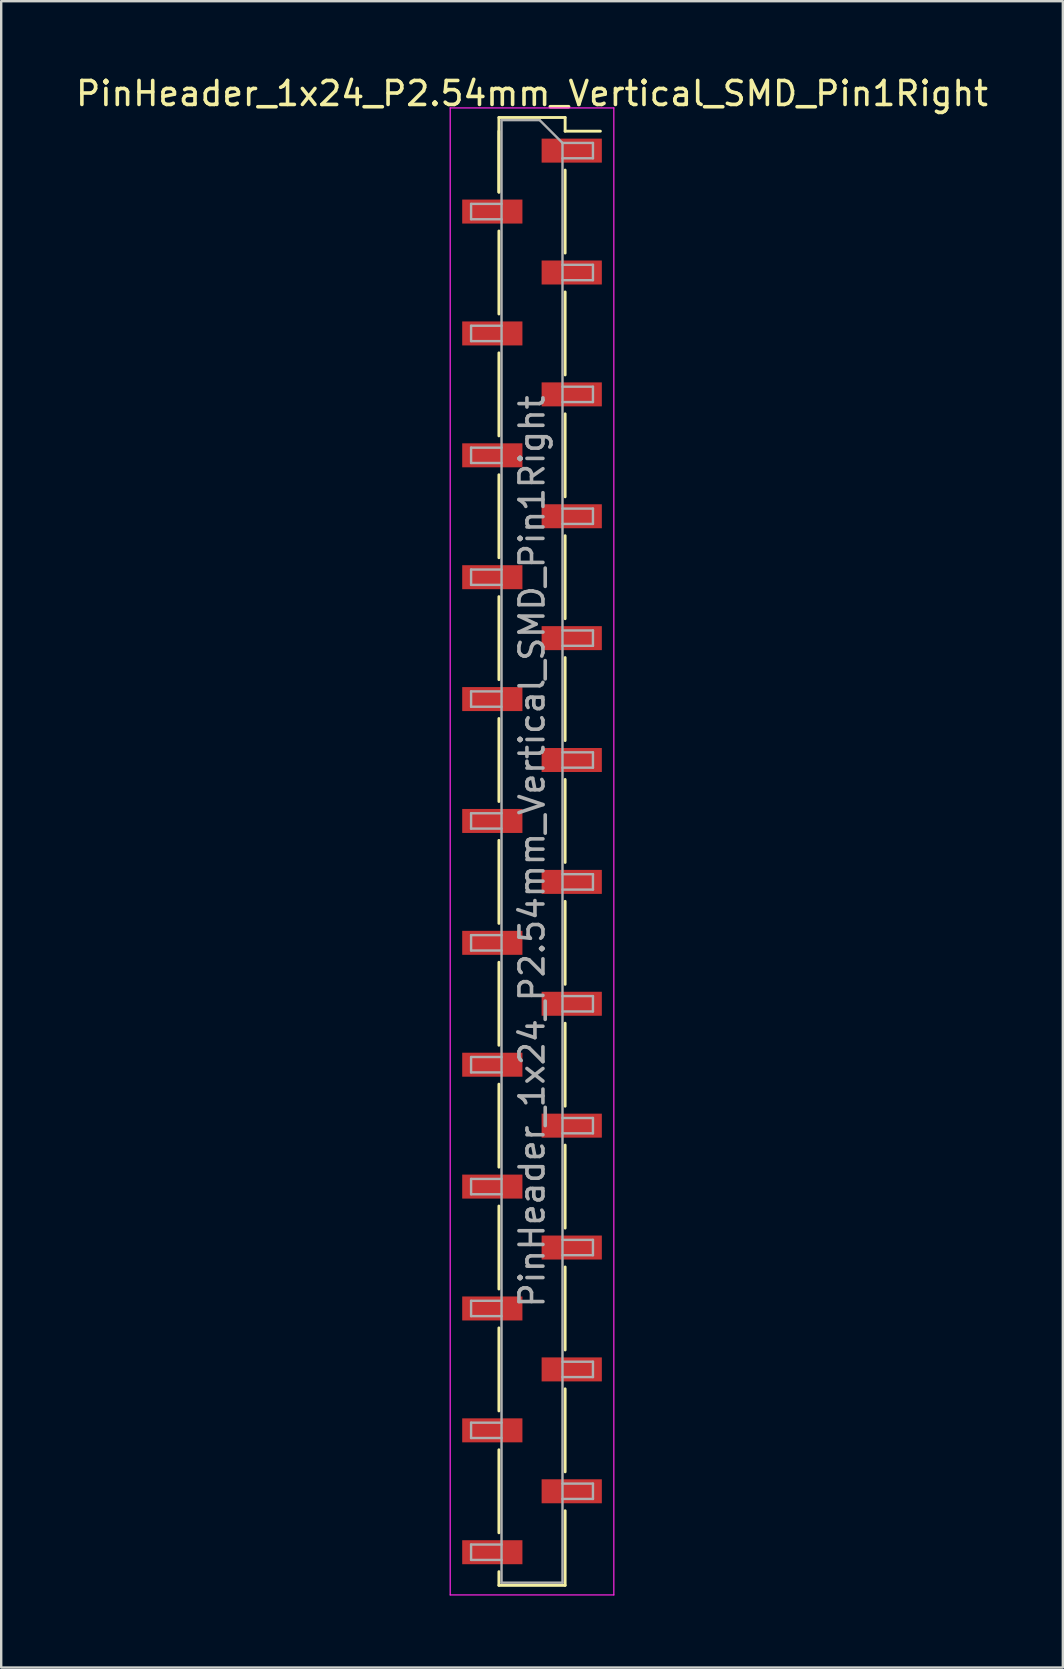
<source format=kicad_pcb>
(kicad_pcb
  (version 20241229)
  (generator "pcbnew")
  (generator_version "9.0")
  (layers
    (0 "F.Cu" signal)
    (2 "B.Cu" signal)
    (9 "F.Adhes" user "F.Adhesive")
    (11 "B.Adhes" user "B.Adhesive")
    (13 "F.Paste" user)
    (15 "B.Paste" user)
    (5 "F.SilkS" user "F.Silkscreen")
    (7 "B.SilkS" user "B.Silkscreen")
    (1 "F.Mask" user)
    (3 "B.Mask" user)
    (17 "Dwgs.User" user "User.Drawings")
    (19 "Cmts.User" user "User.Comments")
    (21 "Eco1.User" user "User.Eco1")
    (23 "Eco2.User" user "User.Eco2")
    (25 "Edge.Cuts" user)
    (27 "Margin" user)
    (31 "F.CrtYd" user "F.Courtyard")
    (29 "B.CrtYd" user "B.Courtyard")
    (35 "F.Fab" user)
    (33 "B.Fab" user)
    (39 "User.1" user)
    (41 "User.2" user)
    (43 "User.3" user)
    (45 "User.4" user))
  (footprint "PinHeader_1x24_P2.54mm_Vertical_SMD_Pin1Right"
    (layer "F.Cu")
    (at 19.125 32.438)
    (property "Reference" "PinHeader_1x24_P2.54mm_Vertical_SMD_Pin1Right" (at 0 -31.59 0) (layer "F.SilkS") (effects (font (size 1 1) (thickness 0.15))))
    (attr smd)
    (fp_line (start -1.38 -30.59) (end -1.38 -27.48) (stroke (width 0.12) (type solid)) (layer "F.SilkS"))
    (fp_line (start -1.38 -30.59) (end 1.38 -30.59) (stroke (width 0.12) (type solid)) (layer "F.SilkS"))
    (fp_line (start -1.38 -30.02) (end -1.38 -27.48) (stroke (width 0.12) (type solid)) (layer "F.SilkS"))
    (fp_line (start -1.38 -25.86) (end -1.38 -22.4) (stroke (width 0.12) (type solid)) (layer "F.SilkS"))
    (fp_line (start -1.38 -20.78) (end -1.38 -17.32) (stroke (width 0.12) (type solid)) (layer "F.SilkS"))
    (fp_line (start -1.38 -15.7) (end -1.38 -12.24) (stroke (width 0.12) (type solid)) (layer "F.SilkS"))
    (fp_line (start -1.38 -10.62) (end -1.38 -7.16) (stroke (width 0.12) (type solid)) (layer "F.SilkS"))
    (fp_line (start -1.38 -5.54) (end -1.38 -2.08) (stroke (width 0.12) (type solid)) (layer "F.SilkS"))
    (fp_line (start -1.38 -0.46) (end -1.38 3) (stroke (width 0.12) (type solid)) (layer "F.SilkS"))
    (fp_line (start -1.38 4.62) (end -1.38 8.08) (stroke (width 0.12) (type solid)) (layer "F.SilkS"))
    (fp_line (start -1.38 9.7) (end -1.38 13.16) (stroke (width 0.12) (type solid)) (layer "F.SilkS"))
    (fp_line (start -1.38 14.78) (end -1.38 18.24) (stroke (width 0.12) (type solid)) (layer "F.SilkS"))
    (fp_line (start -1.38 19.86) (end -1.38 23.32) (stroke (width 0.12) (type solid)) (layer "F.SilkS"))
    (fp_line (start -1.38 24.94) (end -1.38 28.4) (stroke (width 0.12) (type solid)) (layer "F.SilkS"))
    (fp_line (start -1.38 30.02) (end -1.38 30.59) (stroke (width 0.12) (type solid)) (layer "F.SilkS"))
    (fp_line (start -1.38 30.59) (end 1.38 30.59) (stroke (width 0.12) (type solid)) (layer "F.SilkS"))
    (fp_line (start 1.38 -30.59) (end 1.38 -30.02) (stroke (width 0.12) (type solid)) (layer "F.SilkS"))
    (fp_line (start 1.38 -30.02) (end 2.85 -30.02) (stroke (width 0.12) (type solid)) (layer "F.SilkS"))
    (fp_line (start 1.38 -28.4) (end 1.38 -24.94) (stroke (width 0.12) (type solid)) (layer "F.SilkS"))
    (fp_line (start 1.38 -23.32) (end 1.38 -19.86) (stroke (width 0.12) (type solid)) (layer "F.SilkS"))
    (fp_line (start 1.38 -18.24) (end 1.38 -14.78) (stroke (width 0.12) (type solid)) (layer "F.SilkS"))
    (fp_line (start 1.38 -13.16) (end 1.38 -9.7) (stroke (width 0.12) (type solid)) (layer "F.SilkS"))
    (fp_line (start 1.38 -8.08) (end 1.38 -4.62) (stroke (width 0.12) (type solid)) (layer "F.SilkS"))
    (fp_line (start 1.38 -3) (end 1.38 0.46) (stroke (width 0.12) (type solid)) (layer "F.SilkS"))
    (fp_line (start 1.38 2.08) (end 1.38 5.54) (stroke (width 0.12) (type solid)) (layer "F.SilkS"))
    (fp_line (start 1.38 7.16) (end 1.38 10.62) (stroke (width 0.12) (type solid)) (layer "F.SilkS"))
    (fp_line (start 1.38 12.24) (end 1.38 15.7) (stroke (width 0.12) (type solid)) (layer "F.SilkS"))
    (fp_line (start 1.38 17.32) (end 1.38 20.78) (stroke (width 0.12) (type solid)) (layer "F.SilkS"))
    (fp_line (start 1.38 22.4) (end 1.38 25.86) (stroke (width 0.12) (type solid)) (layer "F.SilkS"))
    (fp_line (start 1.38 27.48) (end 1.38 30.59) (stroke (width 0.12) (type solid)) (layer "F.SilkS"))
    (fp_line (start -3.41 -30.99) (end -3.41 30.99) (stroke (width 0.05) (type solid)) (layer "F.CrtYd"))
    (fp_line (start -3.41 30.99) (end 3.41 30.99) (stroke (width 0.05) (type solid)) (layer "F.CrtYd"))
    (fp_line (start 3.41 -30.99) (end -3.41 -30.99) (stroke (width 0.05) (type solid)) (layer "F.CrtYd"))
    (fp_line (start 3.41 30.99) (end 3.41 -30.99) (stroke (width 0.05) (type solid)) (layer "F.CrtYd"))
    (fp_line (start -2.54 -26.99) (end -2.54 -26.35) (stroke (width 0.1) (type solid)) (layer "F.Fab"))
    (fp_line (start -2.54 -26.35) (end -1.27 -26.35) (stroke (width 0.1) (type solid)) (layer "F.Fab"))
    (fp_line (start -2.54 -21.91) (end -2.54 -21.27) (stroke (width 0.1) (type solid)) (layer "F.Fab"))
    (fp_line (start -2.54 -21.27) (end -1.27 -21.27) (stroke (width 0.1) (type solid)) (layer "F.Fab"))
    (fp_line (start -2.54 -16.83) (end -2.54 -16.19) (stroke (width 0.1) (type solid)) (layer "F.Fab"))
    (fp_line (start -2.54 -16.19) (end -1.27 -16.19) (stroke (width 0.1) (type solid)) (layer "F.Fab"))
    (fp_line (start -2.54 -11.75) (end -2.54 -11.11) (stroke (width 0.1) (type solid)) (layer "F.Fab"))
    (fp_line (start -2.54 -11.11) (end -1.27 -11.11) (stroke (width 0.1) (type solid)) (layer "F.Fab"))
    (fp_line (start -2.54 -6.67) (end -2.54 -6.03) (stroke (width 0.1) (type solid)) (layer "F.Fab"))
    (fp_line (start -2.54 -6.03) (end -1.27 -6.03) (stroke (width 0.1) (type solid)) (layer "F.Fab"))
    (fp_line (start -2.54 -1.59) (end -2.54 -0.95) (stroke (width 0.1) (type solid)) (layer "F.Fab"))
    (fp_line (start -2.54 -0.95) (end -1.27 -0.95) (stroke (width 0.1) (type solid)) (layer "F.Fab"))
    (fp_line (start -2.54 3.49) (end -2.54 4.13) (stroke (width 0.1) (type solid)) (layer "F.Fab"))
    (fp_line (start -2.54 4.13) (end -1.27 4.13) (stroke (width 0.1) (type solid)) (layer "F.Fab"))
    (fp_line (start -2.54 8.57) (end -2.54 9.21) (stroke (width 0.1) (type solid)) (layer "F.Fab"))
    (fp_line (start -2.54 9.21) (end -1.27 9.21) (stroke (width 0.1) (type solid)) (layer "F.Fab"))
    (fp_line (start -2.54 13.65) (end -2.54 14.29) (stroke (width 0.1) (type solid)) (layer "F.Fab"))
    (fp_line (start -2.54 14.29) (end -1.27 14.29) (stroke (width 0.1) (type solid)) (layer "F.Fab"))
    (fp_line (start -2.54 18.73) (end -2.54 19.37) (stroke (width 0.1) (type solid)) (layer "F.Fab"))
    (fp_line (start -2.54 19.37) (end -1.27 19.37) (stroke (width 0.1) (type solid)) (layer "F.Fab"))
    (fp_line (start -2.54 23.81) (end -2.54 24.45) (stroke (width 0.1) (type solid)) (layer "F.Fab"))
    (fp_line (start -2.54 24.45) (end -1.27 24.45) (stroke (width 0.1) (type solid)) (layer "F.Fab"))
    (fp_line (start -2.54 28.89) (end -2.54 29.53) (stroke (width 0.1) (type solid)) (layer "F.Fab"))
    (fp_line (start -2.54 29.53) (end -1.27 29.53) (stroke (width 0.1) (type solid)) (layer "F.Fab"))
    (fp_line (start -1.27 -30.48) (end -1.27 30.48) (stroke (width 0.1) (type solid)) (layer "F.Fab"))
    (fp_line (start -1.27 -30.48) (end 0.32 -30.48) (stroke (width 0.1) (type solid)) (layer "F.Fab"))
    (fp_line (start -1.27 -26.99) (end -2.54 -26.99) (stroke (width 0.1) (type solid)) (layer "F.Fab"))
    (fp_line (start -1.27 -21.91) (end -2.54 -21.91) (stroke (width 0.1) (type solid)) (layer "F.Fab"))
    (fp_line (start -1.27 -16.83) (end -2.54 -16.83) (stroke (width 0.1) (type solid)) (layer "F.Fab"))
    (fp_line (start -1.27 -11.75) (end -2.54 -11.75) (stroke (width 0.1) (type solid)) (layer "F.Fab"))
    (fp_line (start -1.27 -6.67) (end -2.54 -6.67) (stroke (width 0.1) (type solid)) (layer "F.Fab"))
    (fp_line (start -1.27 -1.59) (end -2.54 -1.59) (stroke (width 0.1) (type solid)) (layer "F.Fab"))
    (fp_line (start -1.27 3.49) (end -2.54 3.49) (stroke (width 0.1) (type solid)) (layer "F.Fab"))
    (fp_line (start -1.27 8.57) (end -2.54 8.57) (stroke (width 0.1) (type solid)) (layer "F.Fab"))
    (fp_line (start -1.27 13.65) (end -2.54 13.65) (stroke (width 0.1) (type solid)) (layer "F.Fab"))
    (fp_line (start -1.27 18.73) (end -2.54 18.73) (stroke (width 0.1) (type solid)) (layer "F.Fab"))
    (fp_line (start -1.27 23.81) (end -2.54 23.81) (stroke (width 0.1) (type solid)) (layer "F.Fab"))
    (fp_line (start -1.27 28.89) (end -2.54 28.89) (stroke (width 0.1) (type solid)) (layer "F.Fab"))
    (fp_line (start 1.27 -29.53) (end 0.32 -30.48) (stroke (width 0.1) (type solid)) (layer "F.Fab"))
    (fp_line (start 1.27 -29.53) (end 2.54 -29.53) (stroke (width 0.1) (type solid)) (layer "F.Fab"))
    (fp_line (start 1.27 -24.45) (end 2.54 -24.45) (stroke (width 0.1) (type solid)) (layer "F.Fab"))
    (fp_line (start 1.27 -19.37) (end 2.54 -19.37) (stroke (width 0.1) (type solid)) (layer "F.Fab"))
    (fp_line (start 1.27 -14.29) (end 2.54 -14.29) (stroke (width 0.1) (type solid)) (layer "F.Fab"))
    (fp_line (start 1.27 -9.21) (end 2.54 -9.21) (stroke (width 0.1) (type solid)) (layer "F.Fab"))
    (fp_line (start 1.27 -4.13) (end 2.54 -4.13) (stroke (width 0.1) (type solid)) (layer "F.Fab"))
    (fp_line (start 1.27 0.95) (end 2.54 0.95) (stroke (width 0.1) (type solid)) (layer "F.Fab"))
    (fp_line (start 1.27 6.03) (end 2.54 6.03) (stroke (width 0.1) (type solid)) (layer "F.Fab"))
    (fp_line (start 1.27 11.11) (end 2.54 11.11) (stroke (width 0.1) (type solid)) (layer "F.Fab"))
    (fp_line (start 1.27 16.19) (end 2.54 16.19) (stroke (width 0.1) (type solid)) (layer "F.Fab"))
    (fp_line (start 1.27 21.27) (end 2.54 21.27) (stroke (width 0.1) (type solid)) (layer "F.Fab"))
    (fp_line (start 1.27 26.35) (end 2.54 26.35) (stroke (width 0.1) (type solid)) (layer "F.Fab"))
    (fp_line (start 1.27 30.48) (end -1.27 30.48) (stroke (width 0.1) (type solid)) (layer "F.Fab"))
    (fp_line (start 1.27 30.48) (end 1.27 -29.53) (stroke (width 0.1) (type solid)) (layer "F.Fab"))
    (fp_line (start 2.54 -29.53) (end 2.54 -28.89) (stroke (width 0.1) (type solid)) (layer "F.Fab"))
    (fp_line (start 2.54 -28.89) (end 1.27 -28.89) (stroke (width 0.1) (type solid)) (layer "F.Fab"))
    (fp_line (start 2.54 -24.45) (end 2.54 -23.81) (stroke (width 0.1) (type solid)) (layer "F.Fab"))
    (fp_line (start 2.54 -23.81) (end 1.27 -23.81) (stroke (width 0.1) (type solid)) (layer "F.Fab"))
    (fp_line (start 2.54 -19.37) (end 2.54 -18.73) (stroke (width 0.1) (type solid)) (layer "F.Fab"))
    (fp_line (start 2.54 -18.73) (end 1.27 -18.73) (stroke (width 0.1) (type solid)) (layer "F.Fab"))
    (fp_line (start 2.54 -14.29) (end 2.54 -13.65) (stroke (width 0.1) (type solid)) (layer "F.Fab"))
    (fp_line (start 2.54 -13.65) (end 1.27 -13.65) (stroke (width 0.1) (type solid)) (layer "F.Fab"))
    (fp_line (start 2.54 -9.21) (end 2.54 -8.57) (stroke (width 0.1) (type solid)) (layer "F.Fab"))
    (fp_line (start 2.54 -8.57) (end 1.27 -8.57) (stroke (width 0.1) (type solid)) (layer "F.Fab"))
    (fp_line (start 2.54 -4.13) (end 2.54 -3.49) (stroke (width 0.1) (type solid)) (layer "F.Fab"))
    (fp_line (start 2.54 -3.49) (end 1.27 -3.49) (stroke (width 0.1) (type solid)) (layer "F.Fab"))
    (fp_line (start 2.54 0.95) (end 2.54 1.59) (stroke (width 0.1) (type solid)) (layer "F.Fab"))
    (fp_line (start 2.54 1.59) (end 1.27 1.59) (stroke (width 0.1) (type solid)) (layer "F.Fab"))
    (fp_line (start 2.54 6.03) (end 2.54 6.67) (stroke (width 0.1) (type solid)) (layer "F.Fab"))
    (fp_line (start 2.54 6.67) (end 1.27 6.67) (stroke (width 0.1) (type solid)) (layer "F.Fab"))
    (fp_line (start 2.54 11.11) (end 2.54 11.75) (stroke (width 0.1) (type solid)) (layer "F.Fab"))
    (fp_line (start 2.54 11.75) (end 1.27 11.75) (stroke (width 0.1) (type solid)) (layer "F.Fab"))
    (fp_line (start 2.54 16.19) (end 2.54 16.83) (stroke (width 0.1) (type solid)) (layer "F.Fab"))
    (fp_line (start 2.54 16.83) (end 1.27 16.83) (stroke (width 0.1) (type solid)) (layer "F.Fab"))
    (fp_line (start 2.54 21.27) (end 2.54 21.91) (stroke (width 0.1) (type solid)) (layer "F.Fab"))
    (fp_line (start 2.54 21.91) (end 1.27 21.91) (stroke (width 0.1) (type solid)) (layer "F.Fab"))
    (fp_line (start 2.54 26.35) (end 2.54 26.99) (stroke (width 0.1) (type solid)) (layer "F.Fab"))
    (fp_line (start 2.54 26.99) (end 1.27 26.99) (stroke (width 0.1) (type solid)) (layer "F.Fab"))
    (fp_text user "${REFERENCE}" (at 0 0 90) (layer "F.Fab") (effects (font (size 1 1) (thickness 0.15))))
    (pad "1" smd rect (at 1.655 -29.21) (size 2.51 1) (layers "F.Cu" "F.Mask" "F.Paste"))
    (pad "2" smd rect (at -1.655 -26.67) (size 2.51 1) (layers "F.Cu" "F.Mask" "F.Paste"))
    (pad "3" smd rect (at 1.655 -24.13) (size 2.51 1) (layers "F.Cu" "F.Mask" "F.Paste"))
    (pad "4" smd rect (at -1.655 -21.59) (size 2.51 1) (layers "F.Cu" "F.Mask" "F.Paste"))
    (pad "5" smd rect (at 1.655 -19.05) (size 2.51 1) (layers "F.Cu" "F.Mask" "F.Paste"))
    (pad "6" smd rect (at -1.655 -16.51) (size 2.51 1) (layers "F.Cu" "F.Mask" "F.Paste"))
    (pad "7" smd rect (at 1.655 -13.97) (size 2.51 1) (layers "F.Cu" "F.Mask" "F.Paste"))
    (pad "8" smd rect (at -1.655 -11.43) (size 2.51 1) (layers "F.Cu" "F.Mask" "F.Paste"))
    (pad "9" smd rect (at 1.655 -8.89) (size 2.51 1) (layers "F.Cu" "F.Mask" "F.Paste"))
    (pad "10" smd rect (at -1.655 -6.35) (size 2.51 1) (layers "F.Cu" "F.Mask" "F.Paste"))
    (pad "11" smd rect (at 1.655 -3.81) (size 2.51 1) (layers "F.Cu" "F.Mask" "F.Paste"))
    (pad "12" smd rect (at -1.655 -1.27) (size 2.51 1) (layers "F.Cu" "F.Mask" "F.Paste"))
    (pad "13" smd rect (at 1.655 1.27) (size 2.51 1) (layers "F.Cu" "F.Mask" "F.Paste"))
    (pad "14" smd rect (at -1.655 3.81) (size 2.51 1) (layers "F.Cu" "F.Mask" "F.Paste"))
    (pad "15" smd rect (at 1.655 6.35) (size 2.51 1) (layers "F.Cu" "F.Mask" "F.Paste"))
    (pad "16" smd rect (at -1.655 8.89) (size 2.51 1) (layers "F.Cu" "F.Mask" "F.Paste"))
    (pad "17" smd rect (at 1.655 11.43) (size 2.51 1) (layers "F.Cu" "F.Mask" "F.Paste"))
    (pad "18" smd rect (at -1.655 13.97) (size 2.51 1) (layers "F.Cu" "F.Mask" "F.Paste"))
    (pad "19" smd rect (at 1.655 16.51) (size 2.51 1) (layers "F.Cu" "F.Mask" "F.Paste"))
    (pad "20" smd rect (at -1.655 19.05) (size 2.51 1) (layers "F.Cu" "F.Mask" "F.Paste"))
    (pad "21" smd rect (at 1.655 21.59) (size 2.51 1) (layers "F.Cu" "F.Mask" "F.Paste"))
    (pad "22" smd rect (at -1.655 24.13) (size 2.51 1) (layers "F.Cu" "F.Mask" "F.Paste"))
    (pad "23" smd rect (at 1.655 26.67) (size 2.51 1) (layers "F.Cu" "F.Mask" "F.Paste"))
    (pad "24" smd rect (at -1.655 29.21) (size 2.51 1) (layers "F.Cu" "F.Mask" "F.Paste")))
  (gr_rect
    (start -3 -3)
    (end 41.25 66.453)
    (stroke (width 0.1) (type default))
    (fill no)
    (layer "Edge.Cuts")))
</source>
